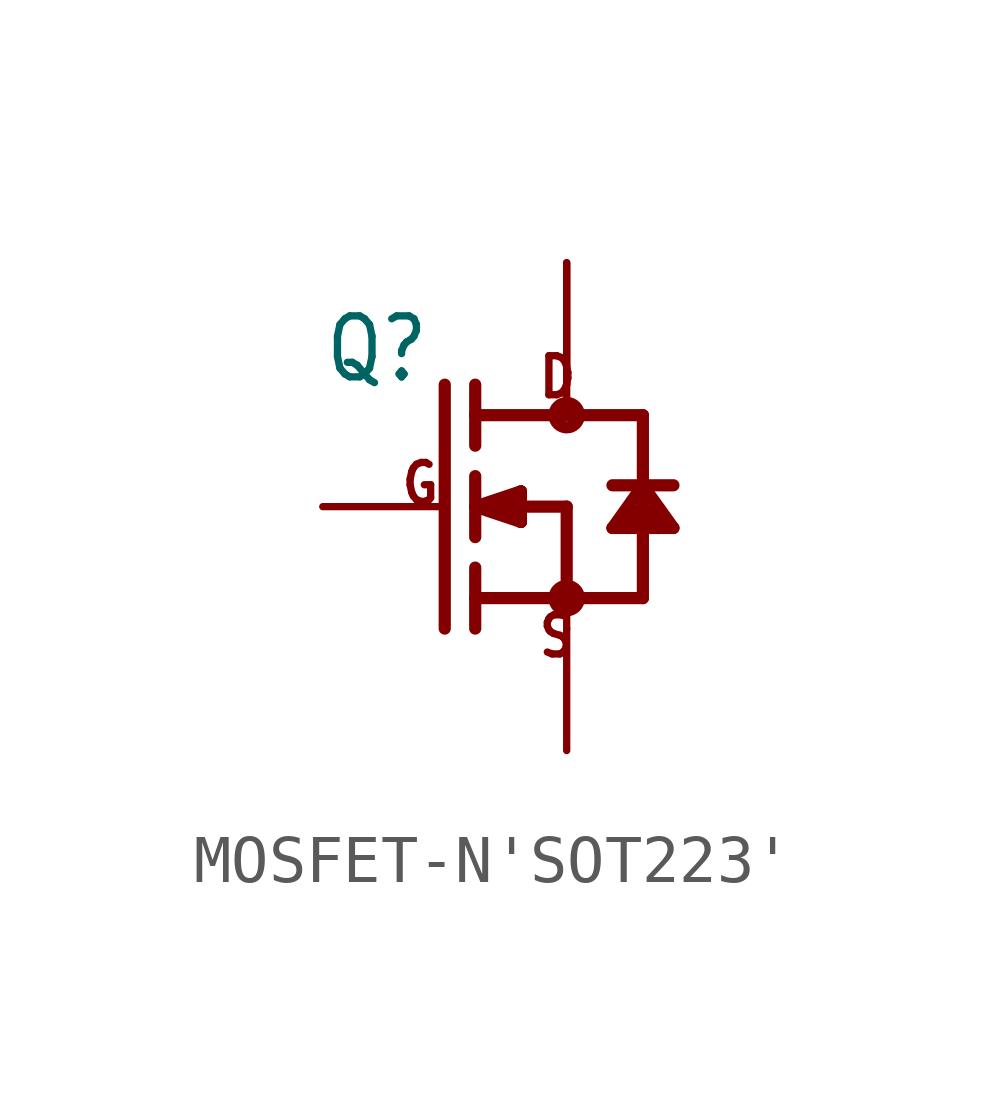
<source format=kicad_sym>
(kicad_symbol_lib
  (version 20220914)
  (generator kicad_symbol_editor)
  (symbol "MOSFET-N'SOT223'"
    (property "Reference" "Q"
      (at -5.08 2.54 0)
      (effects (font (size 1.27 1.079)) (justify left bottom)))
    (property "Value" ""
      (at -5.08 1.27 0)
      (effects (font (size 1.27 1.079)) (justify left bottom)))
    (property "ki_locked" ""
      (at 0 0 0)
      (effects (font (size 1.27 1.27))))
    (symbol "MOSFET-N'SOT223'_1_0"
      (circle (center 0 -1.905) (radius 0.254) (stroke (width 0.254) (type solid)) (fill (type none)))
      (polyline (pts (xy -2.54 2.54) (xy -2.54 -2.54)) (stroke (width 0.254) (type solid)) (fill (type none)))
      (polyline (pts (xy -1.905 -2.54) (xy -1.905 -1.905)) (stroke (width 0.254) (type solid)) (fill (type none)))
      (polyline (pts (xy -1.905 -1.905) (xy -1.905 -1.27)) (stroke (width 0.254) (type solid)) (fill (type none)))
      (polyline (pts (xy -1.905 -1.905) (xy 0 -1.905)) (stroke (width 0.254) (type solid)) (fill (type none)))
      (polyline (pts (xy -1.905 0) (xy -1.905 -0.635)) (stroke (width 0.254) (type solid)) (fill (type none)))
      (polyline (pts (xy -1.905 0) (xy -0.953 -0.318)) (stroke (width 0.254) (type solid)) (fill (type none)))
      (polyline (pts (xy -1.905 0) (xy -0.953 0.318)) (stroke (width 0.254) (type solid)) (fill (type none)))
      (polyline (pts (xy -1.905 0.635) (xy -1.905 0)) (stroke (width 0.254) (type solid)) (fill (type none)))
      (polyline (pts (xy -1.905 1.905) (xy -1.905 1.27)) (stroke (width 0.254) (type solid)) (fill (type none)))
      (polyline (pts (xy -1.905 1.905) (xy 0 1.905)) (stroke (width 0.254) (type solid)) (fill (type none)))
      (polyline (pts (xy -1.905 2.54) (xy -1.905 1.905)) (stroke (width 0.254) (type solid)) (fill (type none)))
      (polyline (pts (xy -1.587 0) (xy -0.953 -0.318)) (stroke (width 0.254) (type solid)) (fill (type none)))
      (polyline (pts (xy -0.953 -0.318) (xy -1.397 0.127)) (stroke (width 0.254) (type solid)) (fill (type none)))
      (polyline (pts (xy -0.953 -0.318) (xy -0.953 0.318)) (stroke (width 0.254) (type solid)) (fill (type none)))
      (polyline (pts (xy -0.953 0.318) (xy -1.587 0)) (stroke (width 0.254) (type solid)) (fill (type none)))
      (polyline (pts (xy 0 -1.905) (xy 0 -2.54)) (stroke (width 0.152) (type solid)) (fill (type none)))
      (polyline (pts (xy 0 0) (xy -1.587 0)) (stroke (width 0.254) (type solid)) (fill (type none)))
      (polyline (pts (xy 0 0) (xy 0 -1.905)) (stroke (width 0.254) (type solid)) (fill (type none)))
      (polyline (pts (xy 0 1.905) (xy 1.587 1.905)) (stroke (width 0.254) (type solid)) (fill (type none)))
      (polyline (pts (xy 0 2.54) (xy 0 1.905)) (stroke (width 0.152) (type solid)) (fill (type none)))
      (polyline (pts (xy 0.953 -0.445) (xy 1.587 0.445)) (stroke (width 0.254) (type solid)) (fill (type none)))
      (polyline (pts (xy 1.27 -0.445) (xy 0.953 -0.445)) (stroke (width 0.254) (type solid)) (fill (type none)))
      (polyline (pts (xy 1.587 -1.905) (xy 0 -1.905)) (stroke (width 0.254) (type solid)) (fill (type none)))
      (polyline (pts (xy 1.587 -1.905) (xy 1.587 0)) (stroke (width 0.254) (type solid)) (fill (type none)))
      (polyline (pts (xy 1.587 0) (xy 1.27 -0.445)) (stroke (width 0.254) (type solid)) (fill (type none)))
      (polyline (pts (xy 1.587 0) (xy 1.27 -0.318)) (stroke (width 0.254) (type solid)) (fill (type none)))
      (polyline (pts (xy 1.587 0) (xy 1.587 0.445)) (stroke (width 0.254) (type solid)) (fill (type none)))
      (polyline (pts (xy 1.587 0.445) (xy 0.953 0.445)) (stroke (width 0.254) (type solid)) (fill (type none)))
      (polyline (pts (xy 1.587 0.445) (xy 1.587 1.905)) (stroke (width 0.254) (type solid)) (fill (type none)))
      (polyline (pts (xy 1.587 0.445) (xy 2.223 -0.445)) (stroke (width 0.254) (type solid)) (fill (type none)))
      (polyline (pts (xy 1.905 -0.445) (xy 1.27 -0.445)) (stroke (width 0.254) (type solid)) (fill (type none)))
      (polyline (pts (xy 1.905 -0.445) (xy 1.587 0)) (stroke (width 0.254) (type solid)) (fill (type none)))
      (polyline (pts (xy 1.905 -0.318) (xy 1.587 0)) (stroke (width 0.254) (type solid)) (fill (type none)))
      (polyline (pts (xy 2.223 -0.445) (xy 1.905 -0.445)) (stroke (width 0.254) (type solid)) (fill (type none)))
      (polyline (pts (xy 2.223 0.445) (xy 1.587 0.445)) (stroke (width 0.254) (type solid)) (fill (type none)))
      (circle (center 0 1.905) (radius 0.254) (stroke (width 0.254) (type solid)) (fill (type none)))
      (text "D" (at -0.635 2.223 0) (effects (font (size 0.813 0.691)) (justify left bottom)))
      (text "G" (at -3.493 0 0) (effects (font (size 0.813 0.691)) (justify left bottom)))
      (text "S" (at -0.635 -3.175 0) (effects (font (size 0.813 0.691)) (justify left bottom)))
      (pin passive line (at -5.08 0 0) (length 2.54) (name "G" (effects (font (size 0 0)))) (number "1" (effects (font (size 0 0)))))
      (pin passive line (at 0 5.08 270) (length 2.54) (name "D" (effects (font (size 0 0)))) (number "2" (effects (font (size 0 0)))))
      (pin passive line (at 0 -5.08 90) (length 2.54) (name "S" (effects (font (size 0 0)))) (number "3" (effects (font (size 0 0)))))
      (pin passive line (at 0 5.08 270) (length 2.54) (name "D" (effects (font (size 0 0)))) (number "TER" (effects (font (size 0 0))))))))
</source>
